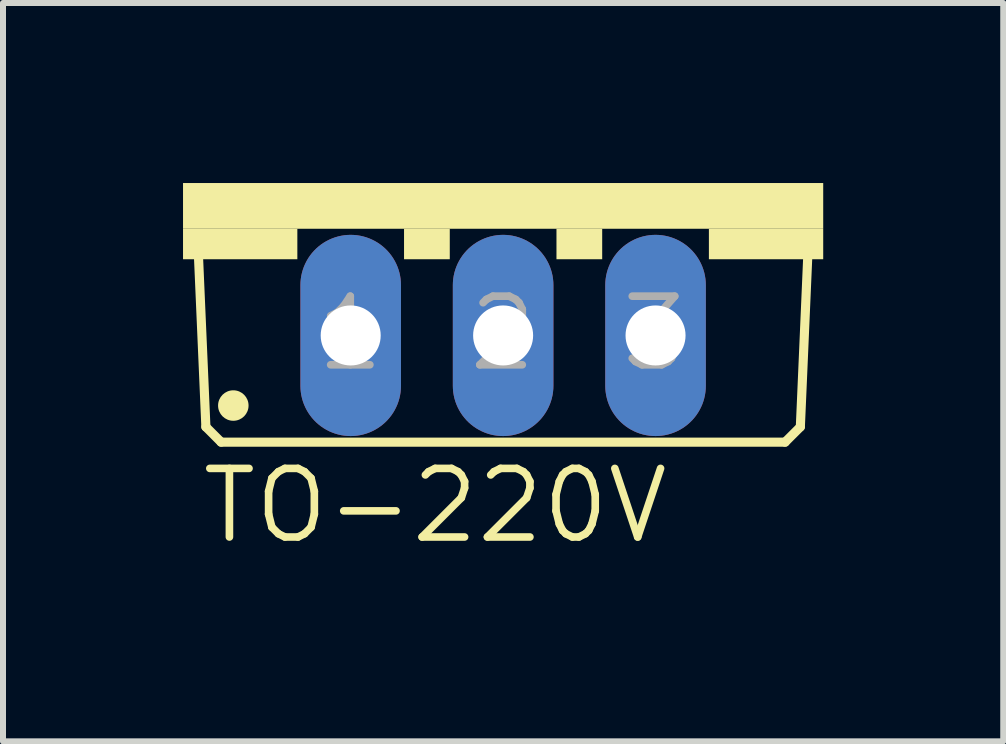
<source format=kicad_pcb>
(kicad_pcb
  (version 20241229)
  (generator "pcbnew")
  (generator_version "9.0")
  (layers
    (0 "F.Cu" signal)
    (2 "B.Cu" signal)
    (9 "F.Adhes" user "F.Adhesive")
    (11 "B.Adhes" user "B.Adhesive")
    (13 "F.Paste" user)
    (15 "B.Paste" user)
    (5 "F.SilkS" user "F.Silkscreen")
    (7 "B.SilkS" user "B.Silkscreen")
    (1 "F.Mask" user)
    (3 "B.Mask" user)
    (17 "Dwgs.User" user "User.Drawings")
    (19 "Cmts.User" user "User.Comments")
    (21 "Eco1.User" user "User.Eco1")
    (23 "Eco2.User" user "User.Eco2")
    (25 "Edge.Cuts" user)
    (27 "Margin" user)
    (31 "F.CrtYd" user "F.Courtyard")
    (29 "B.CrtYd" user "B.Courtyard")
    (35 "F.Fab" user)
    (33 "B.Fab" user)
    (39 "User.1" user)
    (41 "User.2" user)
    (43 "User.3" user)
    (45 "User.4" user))
  (footprint "TO-220V"
    (layer "F.Cu")
    (at 5.334 2.54)
    (property "Reference" "TO-220V" (at -5.08 3.505 0) (layer "F.SilkS") (effects (font (size 1.143 1.143) (thickness 0.127)) (justify left bottom)))
    (fp_line (start -4.953 1.524) (end -5.08 -1.397) (stroke (width 0.152) (type solid)) (layer "F.SilkS"))
    (fp_line (start -4.953 1.524) (end -4.699 1.778) (stroke (width 0.152) (type solid)) (layer "F.SilkS"))
    (fp_line (start 4.699 1.778) (end -4.699 1.778) (stroke (width 0.152) (type solid)) (layer "F.SilkS"))
    (fp_line (start 4.699 1.778) (end 4.953 1.524) (stroke (width 0.152) (type solid)) (layer "F.SilkS"))
    (fp_line (start 5.08 -1.397) (end 4.953 1.524) (stroke (width 0.152) (type solid)) (layer "F.SilkS"))
    (fp_circle (center -4.496 1.168) (end -4.369 1.168) (stroke (width 0.254) (type solid)) (fill yes) (layer "F.SilkS"))
    (fp_poly (pts (xy -5.334 -1.778) (xy 5.334 -1.778) (xy 5.334 -2.54) (xy -5.334 -2.54)) (stroke (width 0) (type default)) (fill yes) (layer "F.SilkS"))
    (fp_poly (pts (xy -5.334 -1.27) (xy -3.429 -1.27) (xy -3.429 -1.778) (xy -5.334 -1.778)) (stroke (width 0) (type default)) (fill yes) (layer "F.SilkS"))
    (fp_poly (pts (xy -1.651 -1.27) (xy -0.889 -1.27) (xy -0.889 -1.778) (xy -1.651 -1.778)) (stroke (width 0) (type default)) (fill yes) (layer "F.SilkS"))
    (fp_poly (pts (xy 0.889 -1.27) (xy 1.651 -1.27) (xy 1.651 -1.778) (xy 0.889 -1.778)) (stroke (width 0) (type default)) (fill yes) (layer "F.SilkS"))
    (fp_poly (pts (xy 3.429 -1.27) (xy 5.334 -1.27) (xy 5.334 -1.778) (xy 3.429 -1.778)) (stroke (width 0) (type default)) (fill yes) (layer "F.SilkS"))
    (fp_text user "2" (at -0.635 0.635 0) (layer "F.Fab") (effects (font (size 1.143 1.143) (thickness 0.127)) (justify left bottom)))
    (fp_text user "1" (at -3.175 0.635 0) (layer "F.Fab") (effects (font (size 1.143 1.143) (thickness 0.127)) (justify left bottom)))
    (fp_text user "3" (at 1.905 0.635 0) (layer "F.Fab") (effects (font (size 1.143 1.143) (thickness 0.127)) (justify left bottom)))
    (pad "1" thru_hole oval (at -2.54 0 90) (size 3.353 1.676) (drill 1) (layers "*.Cu" "*.Mask"))
    (pad "2" thru_hole oval (at 0 0 90) (size 3.353 1.676) (drill 1) (layers "*.Cu" "*.Mask"))
    (pad "3" thru_hole oval (at 2.54 0 90) (size 3.353 1.676) (drill 1) (layers "*.Cu" "*.Mask")))
  (gr_rect
    (start -3 -3)
    (end 13.668 9.304)
    (stroke (width 0.1) (type default))
    (fill no)
    (layer "Edge.Cuts")))
</source>
